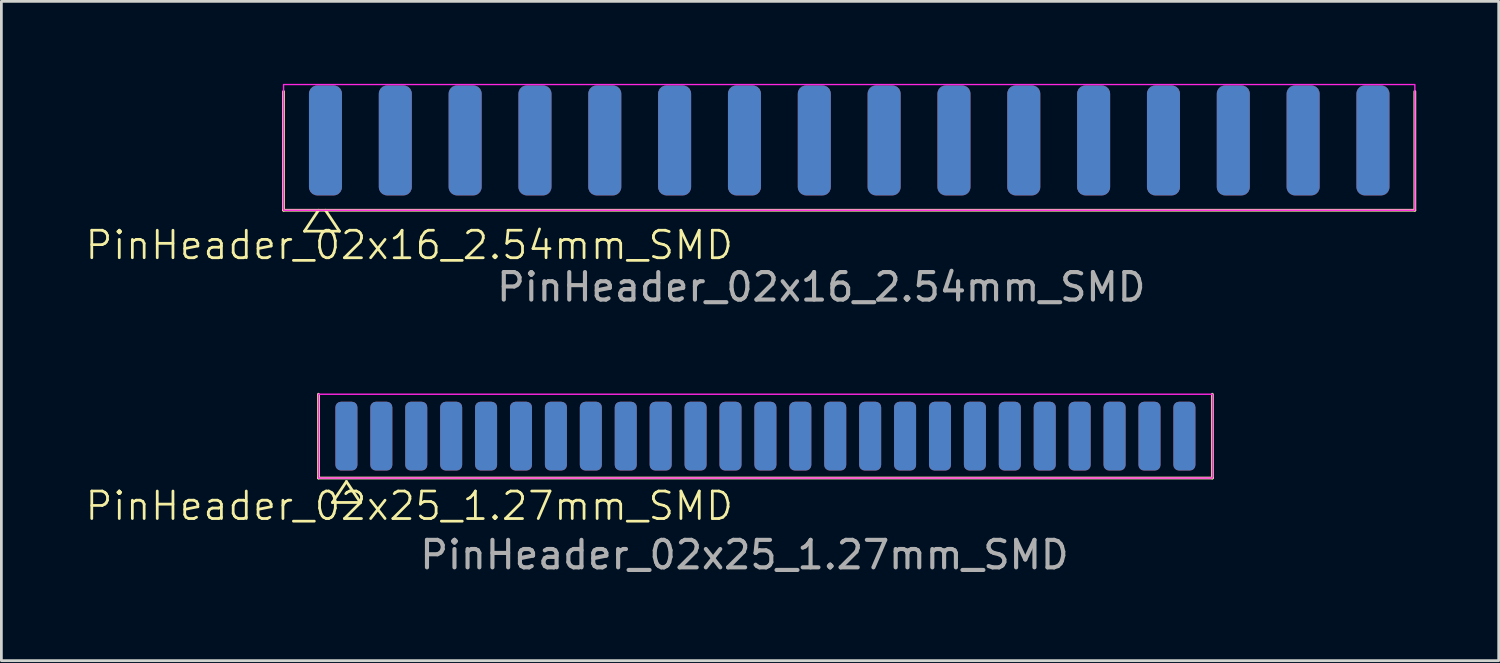
<source format=kicad_pcb>
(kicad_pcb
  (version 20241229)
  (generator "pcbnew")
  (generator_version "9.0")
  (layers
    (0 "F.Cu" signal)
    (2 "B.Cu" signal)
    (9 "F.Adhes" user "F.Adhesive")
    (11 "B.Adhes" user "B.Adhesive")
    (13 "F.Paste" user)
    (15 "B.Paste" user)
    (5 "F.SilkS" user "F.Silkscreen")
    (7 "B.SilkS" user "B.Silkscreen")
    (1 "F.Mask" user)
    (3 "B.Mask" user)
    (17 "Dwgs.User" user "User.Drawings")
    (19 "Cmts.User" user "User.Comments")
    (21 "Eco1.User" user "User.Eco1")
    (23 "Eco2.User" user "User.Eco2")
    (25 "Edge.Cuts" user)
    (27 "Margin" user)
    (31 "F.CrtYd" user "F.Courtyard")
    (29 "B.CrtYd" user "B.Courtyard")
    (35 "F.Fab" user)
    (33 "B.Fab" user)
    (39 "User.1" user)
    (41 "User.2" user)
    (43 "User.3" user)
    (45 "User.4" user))
  (footprint "PinHeader_02x16_2.54mm_SMD"
    (layer "F.Cu")
    (at 8.788 2.057)
    (property "Reference" "PinHeader_02x16_2.54mm_SMD" (at 3.048 3.81 0) (unlocked yes) (layer "F.SilkS") (effects (font (size 1 1) (thickness 0.1))))
    (attr smd)
    (fp_line (start -1.524 -1.778) (end -1.524 2.54) (stroke (width 0.1) (type default)) (layer "F.SilkS"))
    (fp_line (start -1.524 2.54) (end 39.624 2.54) (stroke (width 0.1) (type default)) (layer "F.SilkS"))
    (fp_line (start -0.762 3.302) (end 0.508 3.302) (stroke (width 0.1) (type default)) (layer "F.SilkS"))
    (fp_line (start -0.254 2.54) (end -0.762 3.302) (stroke (width 0.1) (type default)) (layer "F.SilkS"))
    (fp_line (start 0.508 3.302) (end 0 2.54) (stroke (width 0.1) (type default)) (layer "F.SilkS"))
    (fp_line (start 39.624 2.54) (end 39.624 -1.778) (stroke (width 0.1) (type default)) (layer "F.SilkS"))
    (fp_rect (start -1.524 -2.032) (end 39.624 2.54) (stroke (width 0.05) (type default)) (fill no) (layer "F.CrtYd"))
    (fp_text user "${REFERENCE}" (at 18.034 5.334 0) (unlocked yes) (layer "F.Fab") (effects (font (size 1 1) (thickness 0.15))))
    (pad "1" smd roundrect (at 0 0) (size 1.2 4) (layers "F.Cu" "F.Mask" "F.Paste") (roundrect_rratio 0.25))
    (pad "2" smd roundrect (at 0 0) (size 1.2 4) (layers "B.Cu" "B.Mask" "B.Paste") (roundrect_rratio 0.25))
    (pad "3" smd roundrect (at 2.54 0) (size 1.2 4) (layers "F.Cu" "F.Mask" "F.Paste") (roundrect_rratio 0.25))
    (pad "4" smd roundrect (at 2.54 0) (size 1.2 4) (layers "B.Cu" "B.Mask" "B.Paste") (roundrect_rratio 0.25))
    (pad "5" smd roundrect (at 5.08 0) (size 1.2 4) (layers "F.Cu" "F.Mask" "F.Paste") (roundrect_rratio 0.25))
    (pad "6" smd roundrect (at 5.08 0) (size 1.2 4) (layers "B.Cu" "B.Mask" "B.Paste") (roundrect_rratio 0.25))
    (pad "7" smd roundrect (at 7.62 0) (size 1.2 4) (layers "F.Cu" "F.Mask" "F.Paste") (roundrect_rratio 0.25))
    (pad "8" smd roundrect (at 7.62 0) (size 1.2 4) (layers "B.Cu" "B.Mask" "B.Paste") (roundrect_rratio 0.25))
    (pad "9" smd roundrect (at 10.16 0) (size 1.2 4) (layers "F.Cu" "F.Mask" "F.Paste") (roundrect_rratio 0.25))
    (pad "10" smd roundrect (at 10.16 0) (size 1.2 4) (layers "B.Cu" "B.Mask" "B.Paste") (roundrect_rratio 0.25))
    (pad "11" smd roundrect (at 12.7 0) (size 1.2 4) (layers "F.Cu" "F.Mask" "F.Paste") (roundrect_rratio 0.25))
    (pad "12" smd roundrect (at 12.7 0) (size 1.2 4) (layers "B.Cu" "B.Mask" "B.Paste") (roundrect_rratio 0.25))
    (pad "13" smd roundrect (at 15.24 0) (size 1.2 4) (layers "F.Cu" "F.Mask" "F.Paste") (roundrect_rratio 0.25))
    (pad "14" smd roundrect (at 15.24 0) (size 1.2 4) (layers "B.Cu" "B.Mask" "B.Paste") (roundrect_rratio 0.25))
    (pad "15" smd roundrect (at 17.78 0) (size 1.2 4) (layers "F.Cu" "F.Mask" "F.Paste") (roundrect_rratio 0.25))
    (pad "16" smd roundrect (at 17.78 0) (size 1.2 4) (layers "B.Cu" "B.Mask" "B.Paste") (roundrect_rratio 0.25))
    (pad "17" smd roundrect (at 20.32 0) (size 1.2 4) (layers "F.Cu" "F.Mask" "F.Paste") (roundrect_rratio 0.25))
    (pad "18" smd roundrect (at 20.32 0) (size 1.2 4) (layers "B.Cu" "B.Mask" "B.Paste") (roundrect_rratio 0.25))
    (pad "19" smd roundrect (at 22.86 0) (size 1.2 4) (layers "F.Cu" "F.Mask" "F.Paste") (roundrect_rratio 0.25))
    (pad "20" smd roundrect (at 22.86 0) (size 1.2 4) (layers "B.Cu" "B.Mask" "B.Paste") (roundrect_rratio 0.25))
    (pad "21" smd roundrect (at 25.4 0) (size 1.2 4) (layers "F.Cu" "F.Mask" "F.Paste") (roundrect_rratio 0.25))
    (pad "22" smd roundrect (at 25.4 0) (size 1.2 4) (layers "B.Cu" "B.Mask" "B.Paste") (roundrect_rratio 0.25))
    (pad "23" smd roundrect (at 27.94 0) (size 1.2 4) (layers "F.Cu" "F.Mask" "F.Paste") (roundrect_rratio 0.25))
    (pad "24" smd roundrect (at 27.94 0) (size 1.2 4) (layers "B.Cu" "B.Mask" "B.Paste") (roundrect_rratio 0.25))
    (pad "25" smd roundrect (at 30.48 0) (size 1.2 4) (layers "F.Cu" "F.Mask" "F.Paste") (roundrect_rratio 0.25))
    (pad "26" smd roundrect (at 30.48 0) (size 1.2 4) (layers "B.Cu" "B.Mask" "B.Paste") (roundrect_rratio 0.25))
    (pad "27" smd roundrect (at 33.02 0) (size 1.2 4) (layers "F.Cu" "F.Mask" "F.Paste") (roundrect_rratio 0.25))
    (pad "28" smd roundrect (at 33.02 0) (size 1.2 4) (layers "B.Cu" "B.Mask" "B.Paste") (roundrect_rratio 0.25))
    (pad "29" smd roundrect (at 35.56 0) (size 1.2 4) (layers "F.Cu" "F.Mask" "F.Paste") (roundrect_rratio 0.25))
    (pad "30" smd roundrect (at 35.56 0) (size 1.2 4) (layers "B.Cu" "B.Mask" "B.Paste") (roundrect_rratio 0.25))
    (pad "31" smd roundrect (at 38.1 0) (size 1.2 4) (layers "F.Cu" "F.Mask" "F.Paste") (roundrect_rratio 0.25))
    (pad "32" smd roundrect (at 38.1 0) (size 1.2 4) (layers "B.Cu" "B.Mask" "B.Paste") (roundrect_rratio 0.25)))
  (footprint "PinHeader_02x25_1.27mm_SMD"
    (layer "F.Cu")
    (at 9.55 12.813)
    (property "Reference" "PinHeader_02x25_1.27mm_SMD" (at 2.286 2.54 0) (unlocked yes) (layer "F.SilkS") (effects (font (size 1 1) (thickness 0.1))))
    (attr smd)
    (fp_line (start -1.016 -1.524) (end -1.016 1.524) (stroke (width 0.1) (type default)) (layer "F.SilkS"))
    (fp_line (start -1.016 1.524) (end 31.496 1.524) (stroke (width 0.1) (type default)) (layer "F.SilkS"))
    (fp_line (start -0.508 2.413) (end 0.508 2.413) (stroke (width 0.1) (type default)) (layer "F.SilkS"))
    (fp_line (start 0 1.651) (end -0.508 2.413) (stroke (width 0.1) (type default)) (layer "F.SilkS"))
    (fp_line (start 0.508 2.413) (end 0 1.651) (stroke (width 0.1) (type default)) (layer "F.SilkS"))
    (fp_line (start 31.496 1.524) (end 31.496 -1.524) (stroke (width 0.1) (type default)) (layer "F.SilkS"))
    (fp_rect (start -1.016 -1.524) (end 31.496 1.524) (stroke (width 0.05) (type default)) (fill no) (layer "F.CrtYd"))
    (fp_text user "${REFERENCE}" (at 14.478 4.318 0) (unlocked yes) (layer "F.Fab") (effects (font (size 1 1) (thickness 0.15))))
    (pad "1" smd roundrect (at 0 0) (size 0.8 2.5) (layers "F.Cu" "F.Mask" "F.Paste") (roundrect_rratio 0.25))
    (pad "2" smd roundrect (at 0 0) (size 0.8 2.5) (layers "B.Cu" "B.Mask" "B.Paste") (roundrect_rratio 0.25))
    (pad "3" smd roundrect (at 1.27 0) (size 0.8 2.5) (layers "F.Cu" "F.Mask" "F.Paste") (roundrect_rratio 0.25))
    (pad "4" smd roundrect (at 1.27 0) (size 0.8 2.5) (layers "B.Cu" "B.Mask" "B.Paste") (roundrect_rratio 0.25))
    (pad "5" smd roundrect (at 2.54 0) (size 0.8 2.5) (layers "F.Cu" "F.Mask" "F.Paste") (roundrect_rratio 0.25))
    (pad "6" smd roundrect (at 2.54 0) (size 0.8 2.5) (layers "B.Cu" "B.Mask" "B.Paste") (roundrect_rratio 0.25))
    (pad "7" smd roundrect (at 3.81 0) (size 0.8 2.5) (layers "F.Cu" "F.Mask" "F.Paste") (roundrect_rratio 0.25))
    (pad "8" smd roundrect (at 3.81 0) (size 0.8 2.5) (layers "B.Cu" "B.Mask" "B.Paste") (roundrect_rratio 0.25))
    (pad "9" smd roundrect (at 5.08 0) (size 0.8 2.5) (layers "F.Cu" "F.Mask" "F.Paste") (roundrect_rratio 0.25))
    (pad "10" smd roundrect (at 5.08 0) (size 0.8 2.5) (layers "B.Cu" "B.Mask" "B.Paste") (roundrect_rratio 0.25))
    (pad "11" smd roundrect (at 6.35 0) (size 0.8 2.5) (layers "F.Cu" "F.Mask" "F.Paste") (roundrect_rratio 0.25))
    (pad "12" smd roundrect (at 6.35 0) (size 0.8 2.5) (layers "B.Cu" "B.Mask" "B.Paste") (roundrect_rratio 0.25))
    (pad "13" smd roundrect (at 7.62 0) (size 0.8 2.5) (layers "F.Cu" "F.Mask" "F.Paste") (roundrect_rratio 0.25))
    (pad "14" smd roundrect (at 7.62 0) (size 0.8 2.5) (layers "B.Cu" "B.Mask" "B.Paste") (roundrect_rratio 0.25))
    (pad "15" smd roundrect (at 8.89 0) (size 0.8 2.5) (layers "F.Cu" "F.Mask" "F.Paste") (roundrect_rratio 0.25))
    (pad "16" smd roundrect (at 8.89 0) (size 0.8 2.5) (layers "B.Cu" "B.Mask" "B.Paste") (roundrect_rratio 0.25))
    (pad "17" smd roundrect (at 10.16 0) (size 0.8 2.5) (layers "F.Cu" "F.Mask" "F.Paste") (roundrect_rratio 0.25))
    (pad "18" smd roundrect (at 10.16 0) (size 0.8 2.5) (layers "B.Cu" "B.Mask" "B.Paste") (roundrect_rratio 0.25))
    (pad "19" smd roundrect (at 11.43 0) (size 0.8 2.5) (layers "F.Cu" "F.Mask" "F.Paste") (roundrect_rratio 0.25))
    (pad "20" smd roundrect (at 11.43 0) (size 0.8 2.5) (layers "B.Cu" "B.Mask" "B.Paste") (roundrect_rratio 0.25))
    (pad "21" smd roundrect (at 12.7 0) (size 0.8 2.5) (layers "F.Cu" "F.Mask" "F.Paste") (roundrect_rratio 0.25))
    (pad "22" smd roundrect (at 12.7 0) (size 0.8 2.5) (layers "B.Cu" "B.Mask" "B.Paste") (roundrect_rratio 0.25))
    (pad "23" smd roundrect (at 13.97 0) (size 0.8 2.5) (layers "F.Cu" "F.Mask" "F.Paste") (roundrect_rratio 0.25))
    (pad "24" smd roundrect (at 13.97 0) (size 0.8 2.5) (layers "B.Cu" "B.Mask" "B.Paste") (roundrect_rratio 0.25))
    (pad "25" smd roundrect (at 15.24 0) (size 0.8 2.5) (layers "F.Cu" "F.Mask" "F.Paste") (roundrect_rratio 0.25))
    (pad "26" smd roundrect (at 15.24 0) (size 0.8 2.5) (layers "B.Cu" "B.Mask" "B.Paste") (roundrect_rratio 0.25))
    (pad "27" smd roundrect (at 16.51 0) (size 0.8 2.5) (layers "F.Cu" "F.Mask" "F.Paste") (roundrect_rratio 0.25))
    (pad "28" smd roundrect (at 16.51 0) (size 0.8 2.5) (layers "B.Cu" "B.Mask" "B.Paste") (roundrect_rratio 0.25))
    (pad "29" smd roundrect (at 17.78 0) (size 0.8 2.5) (layers "F.Cu" "F.Mask" "F.Paste") (roundrect_rratio 0.25))
    (pad "30" smd roundrect (at 17.78 0) (size 0.8 2.5) (layers "B.Cu" "B.Mask" "B.Paste") (roundrect_rratio 0.25))
    (pad "31" smd roundrect (at 19.05 0) (size 0.8 2.5) (layers "F.Cu" "F.Mask" "F.Paste") (roundrect_rratio 0.25))
    (pad "32" smd roundrect (at 19.05 0) (size 0.8 2.5) (layers "B.Cu" "B.Mask" "B.Paste") (roundrect_rratio 0.25))
    (pad "33" smd roundrect (at 20.32 0) (size 0.8 2.5) (layers "F.Cu" "F.Mask" "F.Paste") (roundrect_rratio 0.25))
    (pad "34" smd roundrect (at 20.32 0) (size 0.8 2.5) (layers "B.Cu" "B.Mask" "B.Paste") (roundrect_rratio 0.25))
    (pad "35" smd roundrect (at 21.59 0) (size 0.8 2.5) (layers "F.Cu" "F.Mask" "F.Paste") (roundrect_rratio 0.25))
    (pad "36" smd roundrect (at 21.59 0) (size 0.8 2.5) (layers "B.Cu" "B.Mask" "B.Paste") (roundrect_rratio 0.25))
    (pad "37" smd roundrect (at 22.86 0) (size 0.8 2.5) (layers "F.Cu" "F.Mask" "F.Paste") (roundrect_rratio 0.25))
    (pad "38" smd roundrect (at 22.86 0) (size 0.8 2.5) (layers "B.Cu" "B.Mask" "B.Paste") (roundrect_rratio 0.25))
    (pad "39" smd roundrect (at 24.13 0) (size 0.8 2.5) (layers "F.Cu" "F.Mask" "F.Paste") (roundrect_rratio 0.25))
    (pad "40" smd roundrect (at 24.13 0) (size 0.8 2.5) (layers "B.Cu" "B.Mask" "B.Paste") (roundrect_rratio 0.25))
    (pad "41" smd roundrect (at 25.4 0) (size 0.8 2.5) (layers "F.Cu" "F.Mask" "F.Paste") (roundrect_rratio 0.25))
    (pad "42" smd roundrect (at 25.4 0) (size 0.8 2.5) (layers "B.Cu" "B.Mask" "B.Paste") (roundrect_rratio 0.25))
    (pad "43" smd roundrect (at 26.67 0) (size 0.8 2.5) (layers "F.Cu" "F.Mask" "F.Paste") (roundrect_rratio 0.25))
    (pad "44" smd roundrect (at 26.67 0) (size 0.8 2.5) (layers "B.Cu" "B.Mask" "B.Paste") (roundrect_rratio 0.25))
    (pad "45" smd roundrect (at 27.94 0) (size 0.8 2.5) (layers "F.Cu" "F.Mask" "F.Paste") (roundrect_rratio 0.25))
    (pad "46" smd roundrect (at 27.94 0) (size 0.8 2.5) (layers "B.Cu" "B.Mask" "B.Paste") (roundrect_rratio 0.25))
    (pad "47" smd roundrect (at 29.21 0) (size 0.8 2.5) (layers "F.Cu" "F.Mask" "F.Paste") (roundrect_rratio 0.25))
    (pad "48" smd roundrect (at 29.21 0) (size 0.8 2.5) (layers "B.Cu" "B.Mask" "B.Paste") (roundrect_rratio 0.25))
    (pad "49" smd roundrect (at 30.48 0) (size 0.8 2.5) (layers "F.Cu" "F.Mask" "F.Paste") (roundrect_rratio 0.25))
    (pad "50" smd roundrect (at 30.48 0) (size 0.8 2.5) (layers "B.Cu" "B.Mask" "B.Paste") (roundrect_rratio 0.25)))
  (gr_rect
    (start -3 -3)
    (end 51.462 20.98)
    (stroke (width 0.1) (type default))
    (fill no)
    (layer "Edge.Cuts")))
</source>
